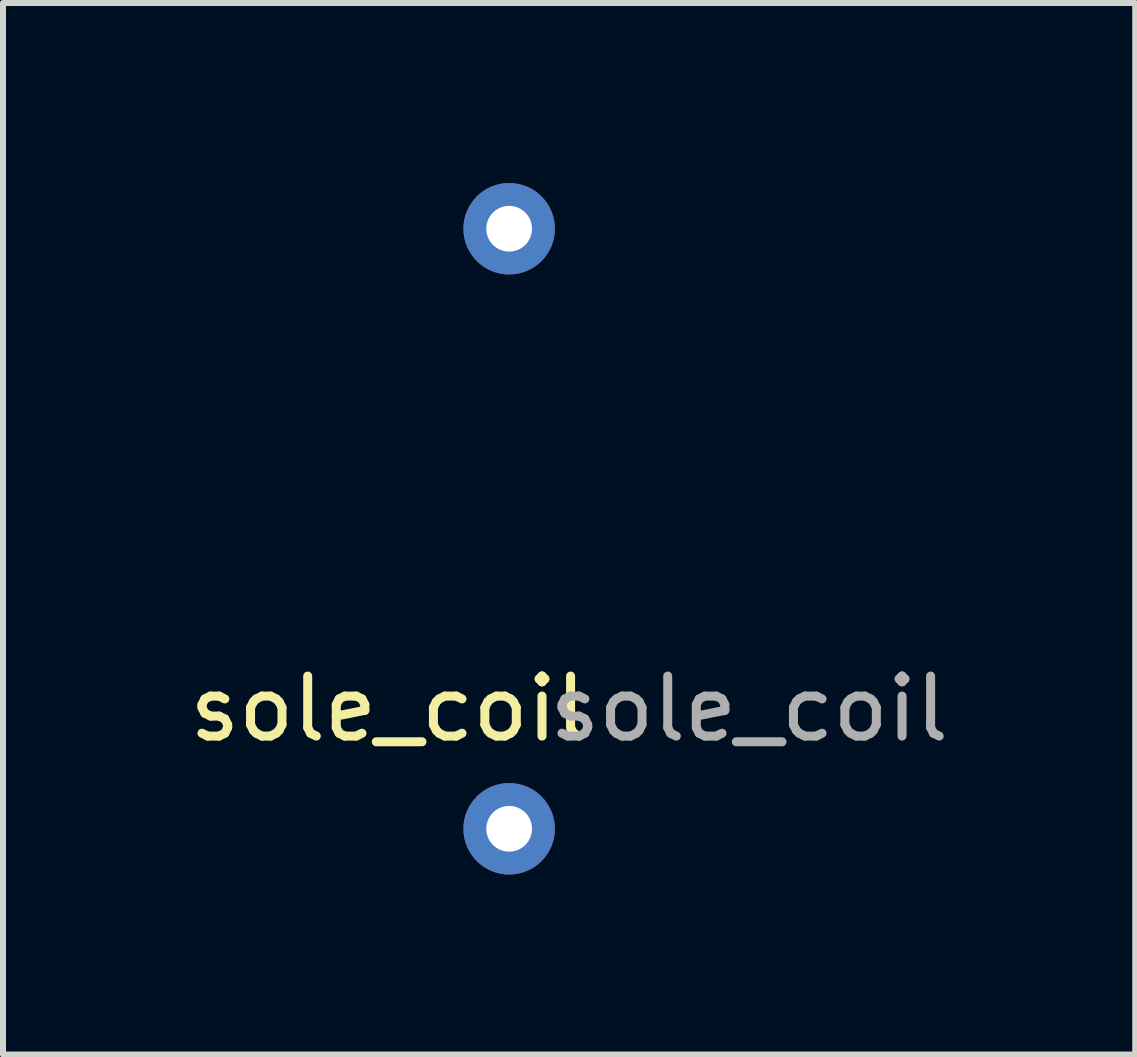
<source format=kicad_pcb>
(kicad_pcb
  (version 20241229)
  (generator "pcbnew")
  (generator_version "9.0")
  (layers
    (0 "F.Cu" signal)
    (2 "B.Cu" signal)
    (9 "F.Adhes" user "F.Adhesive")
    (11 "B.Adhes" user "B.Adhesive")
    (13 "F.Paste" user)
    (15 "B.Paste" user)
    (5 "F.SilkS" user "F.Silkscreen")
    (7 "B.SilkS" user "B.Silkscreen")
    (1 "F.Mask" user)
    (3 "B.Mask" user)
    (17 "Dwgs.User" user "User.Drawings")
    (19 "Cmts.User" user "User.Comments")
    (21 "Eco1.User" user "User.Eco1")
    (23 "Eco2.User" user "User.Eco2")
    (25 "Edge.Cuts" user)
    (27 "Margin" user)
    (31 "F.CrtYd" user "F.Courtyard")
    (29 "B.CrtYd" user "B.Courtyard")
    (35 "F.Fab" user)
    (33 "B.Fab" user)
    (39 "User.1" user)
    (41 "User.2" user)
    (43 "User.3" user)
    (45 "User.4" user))
  (footprint "sole_coil"
    (layer "F.Cu")
    (at 5.435 10.762)
    (property "Reference" "sole_coil" (at -2 -2 0) (unlocked yes) (layer "F.SilkS") (effects (font (size 1 1) (thickness 0.15))))
    (attr through_hole)
    (fp_text user "${REFERENCE}" (at 4 -2 0) (unlocked yes) (layer "F.Fab") (effects (font (size 1 1) (thickness 0.15))))
    (pad "1" thru_hole circle (at 0 0) (size 1.524 1.524) (drill 0.762) (layers "*.Cu" "*.Mask"))
    (pad "2" thru_hole circle (at 0 -10) (size 1.524 1.524) (drill 0.762) (layers "*.Cu" "*.Mask")))
  (gr_rect
    (start -3 -3)
    (end 15.869 14.524)
    (stroke (width 0.1) (type default))
    (fill no)
    (layer "Edge.Cuts")))
</source>
